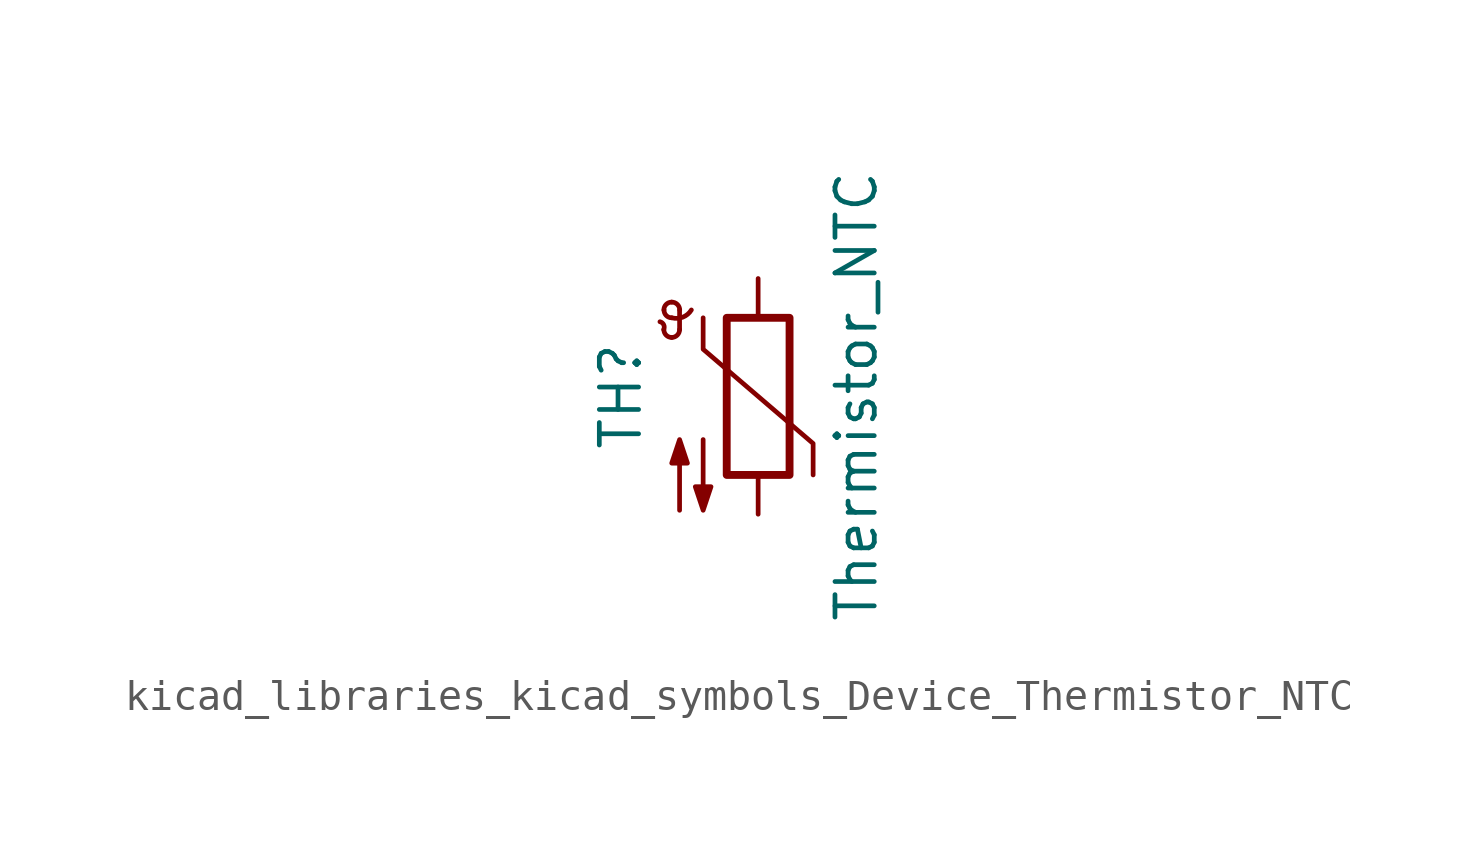
<source format=kicad_sym>
(kicad_symbol_lib
  (version 20220914)
  (generator kicad_symbol_editor)
  (symbol "kicad_libraries_kicad_symbols_Device_Thermistor_NTC"
    (pin_numbers hide)
    (pin_names
      (offset 0))
    (property "Reference" "TH"
      (at -4.445 0 90)
      (effects (font (size 1.27 1.27))))
    (property "Value" "Thermistor_NTC"
      (at 3.175 0 90)
      (effects (font (size 1.27 1.27))))
    (symbol "kicad_libraries_kicad_symbols_Device_Thermistor_NTC_0_1"
      (arc (start -3.048 2.159) (mid -3.0495 2.3143) (end -3.175 2.413) (stroke (width 0) (type default)) (fill (type none)))
      (arc (start -3.048 2.159) (mid -2.9736 1.9794) (end -2.794 1.905) (stroke (width 0) (type default)) (fill (type none)))
      (arc (start -3.048 2.794) (mid -2.9736 2.6144) (end -2.794 2.54) (stroke (width 0) (type default)) (fill (type none)))
      (arc (start -2.794 1.905) (mid -2.6144 1.9794) (end -2.54 2.159) (stroke (width 0) (type default)) (fill (type none)))
      (arc (start -2.794 2.54) (mid -2.4393 2.5587) (end -2.159 2.794) (stroke (width 0) (type default)) (fill (type none)))
      (arc (start -2.794 3.048) (mid -2.9736 2.9736) (end -3.048 2.794) (stroke (width 0) (type default)) (fill (type none)))
      (arc (start -2.54 2.794) (mid -2.6144 2.9736) (end -2.794 3.048) (stroke (width 0) (type default)) (fill (type none)))
      (rectangle (start -1.016 2.54) (end 1.016 -2.54) (stroke (width 0.254) (type default)) (fill (type none)))
      (polyline (pts (xy -2.54 2.159) (xy -2.54 2.794)) (stroke (width 0) (type default)) (fill (type none)))
      (polyline (pts (xy -1.778 2.54) (xy -1.778 1.524) (xy 1.778 -1.524) (xy 1.778 -2.54)) (stroke (width 0) (type default)) (fill (type none)))
      (polyline (pts (xy -2.54 -3.683) (xy -2.54 -1.397) (xy -2.794 -2.159) (xy -2.286 -2.159) (xy -2.54 -1.397) (xy -2.54 -1.651)) (stroke (width 0) (type default)) (fill (type outline)))
      (polyline (pts (xy -1.778 -1.397) (xy -1.778 -3.683) (xy -2.032 -2.921) (xy -1.524 -2.921) (xy -1.778 -3.683) (xy -1.778 -3.429)) (stroke (width 0) (type default)) (fill (type outline))))
    (symbol "kicad_libraries_kicad_symbols_Device_Thermistor_NTC_1_1"
      (pin passive line (at 0 3.81 270) (length 1.27) (name "~" (effects (font (size 1.27 1.27)))) (number "1" (effects (font (size 1.27 1.27)))))
      (pin passive line (at 0 -3.81 90) (length 1.27) (name "~" (effects (font (size 1.27 1.27)))) (number "2" (effects (font (size 1.27 1.27))))))))
</source>
